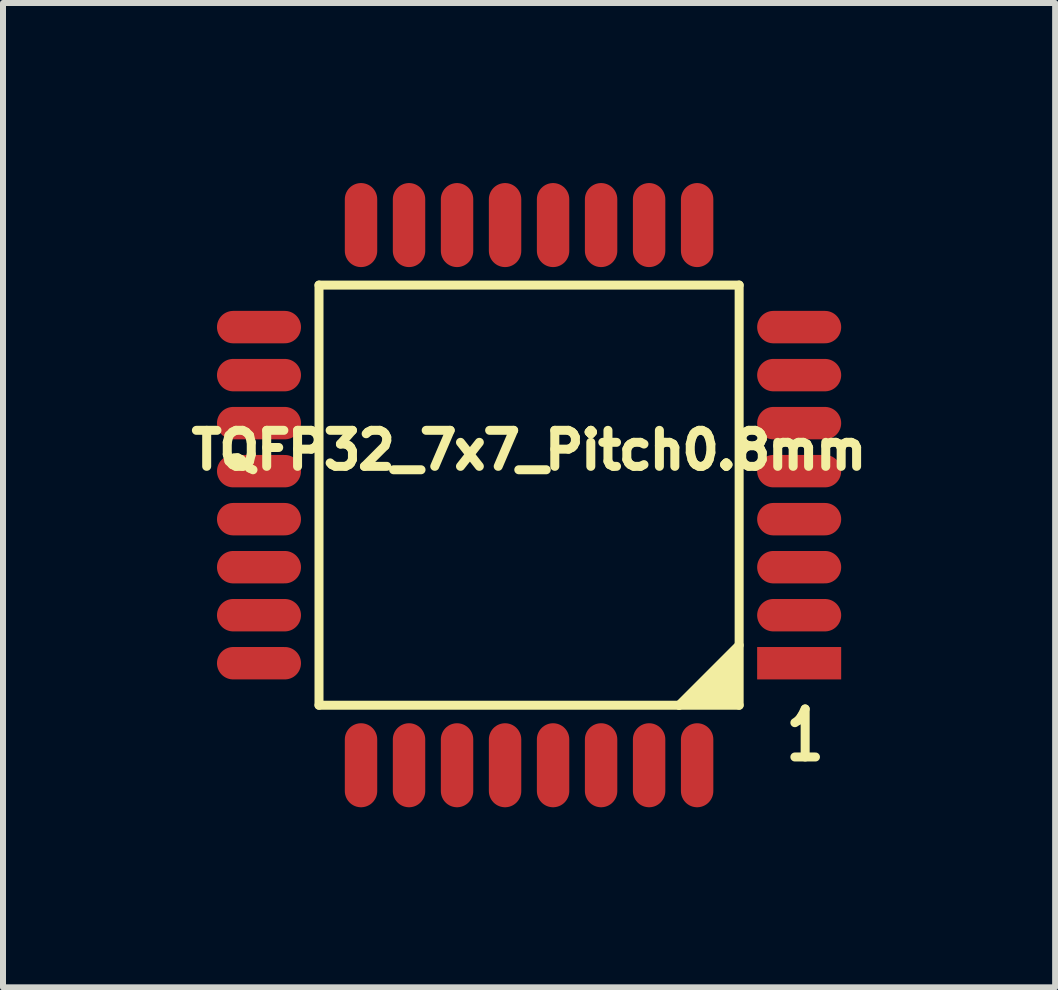
<source format=kicad_pcb>
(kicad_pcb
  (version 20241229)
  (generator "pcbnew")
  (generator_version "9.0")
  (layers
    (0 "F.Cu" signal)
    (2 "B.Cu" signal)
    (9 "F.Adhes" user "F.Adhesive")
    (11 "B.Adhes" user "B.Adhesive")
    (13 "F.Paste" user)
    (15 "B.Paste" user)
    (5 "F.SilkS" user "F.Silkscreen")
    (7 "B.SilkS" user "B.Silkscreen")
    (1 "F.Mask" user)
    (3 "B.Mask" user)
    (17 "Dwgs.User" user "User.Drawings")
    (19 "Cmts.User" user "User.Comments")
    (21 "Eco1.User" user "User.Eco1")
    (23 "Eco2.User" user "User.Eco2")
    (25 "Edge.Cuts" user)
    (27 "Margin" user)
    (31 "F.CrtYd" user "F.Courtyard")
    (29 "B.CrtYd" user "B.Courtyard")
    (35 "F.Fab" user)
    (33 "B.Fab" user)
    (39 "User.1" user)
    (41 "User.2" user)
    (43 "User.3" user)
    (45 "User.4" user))
  (footprint "TQFP32_7x7_Pitch0.8mm"
    (layer "F.Cu")
    (at 5.765 5.2)
    (property "Reference" "TQFP32_7x7_Pitch0.8mm" (at 0 -0.75 0) (layer "F.SilkS") (effects (font (size 0.6 0.6) (thickness 0.15))))
    (attr smd)
    (fp_line (start -3.5 -3.5) (end 3.5 -3.5) (stroke (width 0.15) (type solid)) (layer "F.SilkS"))
    (fp_line (start -3.5 3.5) (end -3.5 -3.5) (stroke (width 0.15) (type solid)) (layer "F.SilkS"))
    (fp_line (start 2.5 3.5) (end 2.7 3.4) (stroke (width 0.15) (type solid)) (layer "F.SilkS"))
    (fp_line (start 2.7 3.4) (end 3.4 2.7) (stroke (width 0.15) (type solid)) (layer "F.SilkS"))
    (fp_line (start 2.9 3.3) (end 3.3 2.9) (stroke (width 0.15) (type solid)) (layer "F.SilkS"))
    (fp_line (start 3.2 3.2) (end 3.1 3.2) (stroke (width 0.15) (type solid)) (layer "F.SilkS"))
    (fp_line (start 3.3 2.9) (end 3.2 3.2) (stroke (width 0.15) (type solid)) (layer "F.SilkS"))
    (fp_line (start 3.3 3.3) (end 2.9 3.3) (stroke (width 0.15) (type solid)) (layer "F.SilkS"))
    (fp_line (start 3.4 2.7) (end 3.3 3.3) (stroke (width 0.15) (type solid)) (layer "F.SilkS"))
    (fp_line (start 3.4 2.8) (end 3.4 3.4) (stroke (width 0.15) (type solid)) (layer "F.SilkS"))
    (fp_line (start 3.4 3.4) (end 2.7 3.4) (stroke (width 0.15) (type solid)) (layer "F.SilkS"))
    (fp_line (start 3.5 -3.5) (end 3.5 3.5) (stroke (width 0.15) (type solid)) (layer "F.SilkS"))
    (fp_line (start 3.5 2.5) (end 2.5 3.5) (stroke (width 0.15) (type solid)) (layer "F.SilkS"))
    (fp_line (start 3.5 3.5) (end -3.5 3.5) (stroke (width 0.15) (type solid)) (layer "F.SilkS"))
    (fp_text user "1" (at 4.6 4 180) (layer "F.SilkS") (effects (font (size 0.8 0.6) (thickness 0.15))))
    (pad "1" smd rect (at 4.5 2.8 270) (size 0.54 1.4) (layers "F.Cu" "F.Mask" "F.Paste"))
    (pad "2" smd oval (at 4.5 2 270) (size 0.54 1.4) (layers "F.Cu" "F.Mask" "F.Paste"))
    (pad "3" smd oval (at 4.5 1.2 270) (size 0.54 1.4) (layers "F.Cu" "F.Mask" "F.Paste"))
    (pad "4" smd oval (at 4.5 0.4 270) (size 0.54 1.4) (layers "F.Cu" "F.Mask" "F.Paste"))
    (pad "5" smd oval (at 4.5 -0.4 270) (size 0.54 1.4) (layers "F.Cu" "F.Mask" "F.Paste"))
    (pad "6" smd oval (at 4.5 -1.2 270) (size 0.54 1.4) (layers "F.Cu" "F.Mask" "F.Paste"))
    (pad "7" smd oval (at 4.5 -2 270) (size 0.54 1.4) (layers "F.Cu" "F.Mask" "F.Paste"))
    (pad "8" smd oval (at 4.5 -2.8 270) (size 0.54 1.4) (layers "F.Cu" "F.Mask" "F.Paste"))
    (pad "9" smd oval (at 2.8 -4.5 180) (size 0.54 1.4) (layers "F.Cu" "F.Mask" "F.Paste"))
    (pad "10" smd oval (at 2 -4.5 180) (size 0.54 1.4) (layers "F.Cu" "F.Mask" "F.Paste"))
    (pad "11" smd oval (at 1.2 -4.5 180) (size 0.54 1.4) (layers "F.Cu" "F.Mask" "F.Paste"))
    (pad "12" smd oval (at 0.4 -4.5 180) (size 0.54 1.4) (layers "F.Cu" "F.Mask" "F.Paste"))
    (pad "13" smd oval (at -0.4 -4.5 180) (size 0.54 1.4) (layers "F.Cu" "F.Mask" "F.Paste"))
    (pad "14" smd oval (at -1.2 -4.5 180) (size 0.54 1.4) (layers "F.Cu" "F.Mask" "F.Paste"))
    (pad "15" smd oval (at -2 -4.5 180) (size 0.54 1.4) (layers "F.Cu" "F.Mask" "F.Paste"))
    (pad "16" smd oval (at -2.8 -4.5 180) (size 0.54 1.4) (layers "F.Cu" "F.Mask" "F.Paste"))
    (pad "17" smd oval (at -4.5 -2.8 270) (size 0.54 1.4) (layers "F.Cu" "F.Mask" "F.Paste"))
    (pad "18" smd oval (at -4.5 -2 270) (size 0.54 1.4) (layers "F.Cu" "F.Mask" "F.Paste"))
    (pad "19" smd oval (at -4.5 -1.2 270) (size 0.54 1.4) (layers "F.Cu" "F.Mask" "F.Paste"))
    (pad "20" smd oval (at -4.5 -0.4 270) (size 0.54 1.4) (layers "F.Cu" "F.Mask" "F.Paste"))
    (pad "21" smd oval (at -4.5 0.4 270) (size 0.54 1.4) (layers "F.Cu" "F.Mask" "F.Paste"))
    (pad "22" smd oval (at -4.5 1.2 270) (size 0.54 1.4) (layers "F.Cu" "F.Mask" "F.Paste"))
    (pad "23" smd oval (at -4.5 2 270) (size 0.54 1.4) (layers "F.Cu" "F.Mask" "F.Paste"))
    (pad "24" smd oval (at -4.5 2.8 270) (size 0.54 1.4) (layers "F.Cu" "F.Mask" "F.Paste"))
    (pad "25" smd oval (at -2.8 4.5 180) (size 0.54 1.4) (layers "F.Cu" "F.Mask" "F.Paste"))
    (pad "26" smd oval (at -2 4.5 180) (size 0.54 1.4) (layers "F.Cu" "F.Mask" "F.Paste"))
    (pad "27" smd oval (at -1.2 4.5 180) (size 0.54 1.4) (layers "F.Cu" "F.Mask" "F.Paste"))
    (pad "28" smd oval (at -0.4 4.5 180) (size 0.54 1.4) (layers "F.Cu" "F.Mask" "F.Paste"))
    (pad "29" smd oval (at 0.4 4.5 180) (size 0.54 1.4) (layers "F.Cu" "F.Mask" "F.Paste"))
    (pad "30" smd oval (at 1.2 4.5 180) (size 0.54 1.4) (layers "F.Cu" "F.Mask" "F.Paste"))
    (pad "31" smd oval (at 2 4.5 180) (size 0.54 1.4) (layers "F.Cu" "F.Mask" "F.Paste"))
    (pad "32" smd oval (at 2.8 4.5 180) (size 0.54 1.4) (layers "F.Cu" "F.Mask" "F.Paste")))
  (gr_rect
    (start -3 -3)
    (end 14.53 13.4)
    (stroke (width 0.1) (type default))
    (fill no)
    (layer "Edge.Cuts")))
</source>
